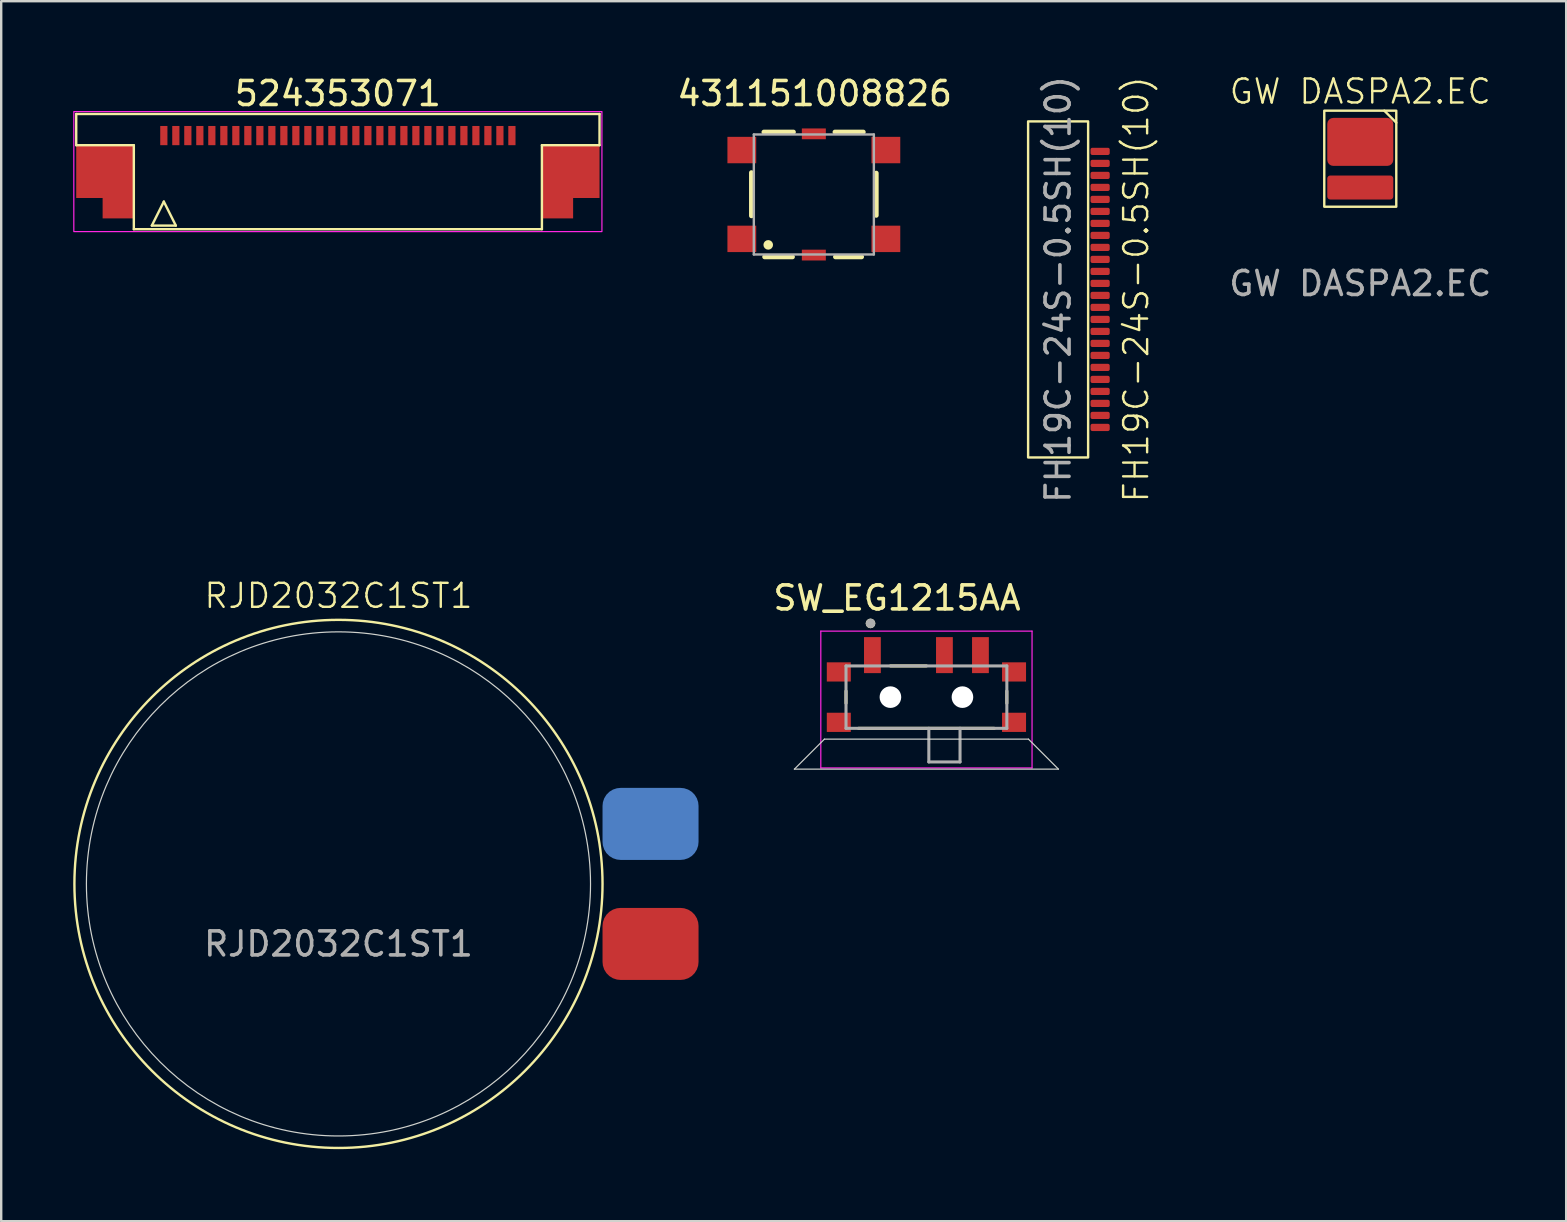
<source format=kicad_pcb>
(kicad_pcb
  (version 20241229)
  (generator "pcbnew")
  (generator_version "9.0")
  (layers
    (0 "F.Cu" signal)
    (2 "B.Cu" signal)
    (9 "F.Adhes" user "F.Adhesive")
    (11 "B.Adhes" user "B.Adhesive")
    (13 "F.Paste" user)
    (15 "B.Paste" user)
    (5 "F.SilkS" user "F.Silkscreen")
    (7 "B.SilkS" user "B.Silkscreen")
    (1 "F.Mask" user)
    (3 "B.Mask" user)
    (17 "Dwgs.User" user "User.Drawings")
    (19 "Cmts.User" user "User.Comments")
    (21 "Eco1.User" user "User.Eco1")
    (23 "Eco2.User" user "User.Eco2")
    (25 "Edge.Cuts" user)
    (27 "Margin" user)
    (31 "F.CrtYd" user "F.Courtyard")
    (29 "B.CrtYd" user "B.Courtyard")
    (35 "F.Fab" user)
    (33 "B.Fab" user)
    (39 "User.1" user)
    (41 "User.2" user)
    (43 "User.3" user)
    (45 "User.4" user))
  (footprint "524353071"
    (layer "F.Cu")
    (at 11.025 2.598)
    (property "Reference" "524353071" (at 0 -1.75 0) (unlocked yes) (layer "F.SilkS") (effects (font (size 1 1) (thickness 0.15))))
    (attr smd)
    (fp_poly (pts (xy -9.8 2.6) (xy -10.9 2.6) (xy -10.9 0.4) (xy -8.5 0.4) (xy -8.5 3.45) (xy -9.8 3.45)) (stroke (width 0) (type solid)) (fill yes) (layer "F.Cu"))
    (fp_poly (pts (xy 9.8 2.6) (xy 10.9 2.6) (xy 10.9 0.4) (xy 8.5 0.4) (xy 8.5 3.45) (xy 9.8 3.45)) (stroke (width 0) (type solid)) (fill yes) (layer "F.Cu"))
    (fp_line (start -10.9 -0.9) (end 10.9 -0.9) (stroke (width 0.1) (type default)) (layer "F.SilkS"))
    (fp_line (start -10.9 0.4) (end -10.9 -0.9) (stroke (width 0.1) (type default)) (layer "F.SilkS"))
    (fp_line (start -8.5 0.4) (end -10.9 0.4) (stroke (width 0.1) (type default)) (layer "F.SilkS"))
    (fp_line (start -8.5 3.9) (end -8.5 0.4) (stroke (width 0.1) (type default)) (layer "F.SilkS"))
    (fp_line (start -8.5 3.9) (end 8.5 3.9) (stroke (width 0.1) (type default)) (layer "F.SilkS"))
    (fp_line (start -7.75 3.75) (end -6.75 3.75) (stroke (width 0.1) (type default)) (layer "F.SilkS"))
    (fp_line (start -7.25 2.75) (end -7.75 3.75) (stroke (width 0.1) (type default)) (layer "F.SilkS"))
    (fp_line (start -6.75 3.75) (end -7.25 2.75) (stroke (width 0.1) (type default)) (layer "F.SilkS"))
    (fp_line (start 8.5 0.4) (end 10.9 0.4) (stroke (width 0.1) (type default)) (layer "F.SilkS"))
    (fp_line (start 8.5 3.9) (end 8.5 0.4) (stroke (width 0.1) (type default)) (layer "F.SilkS"))
    (fp_line (start 10.9 0.4) (end 10.9 -0.9) (stroke (width 0.1) (type default)) (layer "F.SilkS"))
    (fp_rect (start -11 -1) (end 11 4) (stroke (width 0.05) (type default)) (fill no) (layer "F.CrtYd"))
    (pad "1" smd rect (at -7.25 0) (size 0.3 0.8) (layers "F.Cu" "F.Mask" "F.Paste"))
    (pad "2" smd rect (at -6.75 0) (size 0.3 0.8) (layers "F.Cu" "F.Mask" "F.Paste"))
    (pad "3" smd rect (at -6.25 0) (size 0.3 0.8) (layers "F.Cu" "F.Mask" "F.Paste"))
    (pad "4" smd rect (at -5.75 0) (size 0.3 0.8) (layers "F.Cu" "F.Mask" "F.Paste"))
    (pad "5" smd rect (at -5.25 0) (size 0.3 0.8) (layers "F.Cu" "F.Mask" "F.Paste"))
    (pad "6" smd rect (at -4.75 0) (size 0.3 0.8) (layers "F.Cu" "F.Mask" "F.Paste"))
    (pad "7" smd rect (at -4.25 0) (size 0.3 0.8) (layers "F.Cu" "F.Mask" "F.Paste"))
    (pad "8" smd rect (at -3.75 0) (size 0.3 0.8) (layers "F.Cu" "F.Mask" "F.Paste"))
    (pad "9" smd rect (at -3.25 0) (size 0.3 0.8) (layers "F.Cu" "F.Mask" "F.Paste"))
    (pad "10" smd rect (at -2.75 0) (size 0.3 0.8) (layers "F.Cu" "F.Mask" "F.Paste"))
    (pad "11" smd rect (at -2.25 0) (size 0.3 0.8) (layers "F.Cu" "F.Mask" "F.Paste"))
    (pad "12" smd rect (at -1.75 0) (size 0.3 0.8) (layers "F.Cu" "F.Mask" "F.Paste"))
    (pad "13" smd rect (at -1.25 0) (size 0.3 0.8) (layers "F.Cu" "F.Mask" "F.Paste"))
    (pad "14" smd rect (at -0.75 0) (size 0.3 0.8) (layers "F.Cu" "F.Mask" "F.Paste"))
    (pad "15" smd rect (at -0.25 0) (size 0.3 0.8) (layers "F.Cu" "F.Mask" "F.Paste"))
    (pad "16" smd rect (at 0.25 0) (size 0.3 0.8) (layers "F.Cu" "F.Mask" "F.Paste"))
    (pad "17" smd rect (at 0.75 0) (size 0.3 0.8) (layers "F.Cu" "F.Mask" "F.Paste"))
    (pad "18" smd rect (at 1.25 0) (size 0.3 0.8) (layers "F.Cu" "F.Mask" "F.Paste"))
    (pad "19" smd rect (at 1.75 0) (size 0.3 0.8) (layers "F.Cu" "F.Mask" "F.Paste"))
    (pad "20" smd rect (at 2.25 0) (size 0.3 0.8) (layers "F.Cu" "F.Mask" "F.Paste"))
    (pad "21" smd rect (at 2.75 0) (size 0.3 0.8) (layers "F.Cu" "F.Mask" "F.Paste"))
    (pad "22" smd rect (at 3.25 0) (size 0.3 0.8) (layers "F.Cu" "F.Mask" "F.Paste"))
    (pad "23" smd rect (at 3.75 0) (size 0.3 0.8) (layers "F.Cu" "F.Mask" "F.Paste"))
    (pad "24" smd rect (at 4.25 0) (size 0.3 0.8) (layers "F.Cu" "F.Mask" "F.Paste"))
    (pad "25" smd rect (at 4.75 0) (size 0.3 0.8) (layers "F.Cu" "F.Mask" "F.Paste"))
    (pad "26" smd rect (at 5.25 0) (size 0.3 0.8) (layers "F.Cu" "F.Mask" "F.Paste"))
    (pad "27" smd rect (at 5.75 0) (size 0.3 0.8) (layers "F.Cu" "F.Mask" "F.Paste"))
    (pad "28" smd rect (at 6.25 0) (size 0.3 0.8) (layers "F.Cu" "F.Mask" "F.Paste"))
    (pad "29" smd rect (at 6.75 0) (size 0.3 0.8) (layers "F.Cu" "F.Mask" "F.Paste"))
    (pad "30" smd rect (at 7.25 0) (size 0.3 0.8) (layers "F.Cu" "F.Mask" "F.Paste")))
  (footprint "GW DASPA2.EC"
    (layer "F.Cu")
    (at 53.616 4.061)
    (property "Reference" "GW DASPA2.EC" (at 0 -3.3 0) (unlocked yes) (layer "F.SilkS") (effects (font (size 1 1) (thickness 0.1))))
    (attr smd)
    (fp_line (start 1 -2.5) (end 1.5 -2) (stroke (width 0.1) (type default)) (layer "F.SilkS"))
    (fp_rect (start -1.5 -2.5) (end 1.5 1.5) (stroke (width 0.1) (type default)) (fill no) (layer "F.SilkS"))
    (fp_text user "${REFERENCE}" (at 0 4.7 0) (unlocked yes) (layer "F.Fab") (effects (font (size 1 1) (thickness 0.15))))
    (pad "1" smd roundrect (at 0 -1.2) (size 2.75 2) (layers "F.Cu" "F.Mask" "F.Paste") (roundrect_rratio 0.125))
    (pad "2" smd roundrect (at 0 0.7) (size 2.75 1) (layers "F.Cu" "F.Mask" "F.Paste") (roundrect_rratio 0.125)))
  (footprint "FH19C-24S-0.5SH(10)"
    (layer "F.Cu")
    (at 42.779 9.006)
    (property "Reference" "FH19C-24S-0.5SH(10)" (at 1.5 0 90) (unlocked yes) (layer "F.SilkS") (effects (font (size 1 1) (thickness 0.1))))
    (attr smd)
    (fp_rect (start -3 -7) (end -0.5 7) (stroke (width 0.1) (type default)) (fill no) (layer "F.SilkS"))
    (fp_text user "${REFERENCE}" (at -1.75 0 90) (unlocked yes) (layer "F.Fab") (effects (font (size 1 1) (thickness 0.15))))
    (pad "1" smd roundrect (at 0 -5.75) (size 0.8 0.3) (layers "F.Cu" "F.Mask" "F.Paste") (roundrect_rratio 0.25))
    (pad "2" smd roundrect (at 0 -5.25) (size 0.8 0.3) (layers "F.Cu" "F.Mask" "F.Paste") (roundrect_rratio 0.25))
    (pad "3" smd roundrect (at 0 -4.75) (size 0.8 0.3) (layers "F.Cu" "F.Mask" "F.Paste") (roundrect_rratio 0.25))
    (pad "4" smd roundrect (at 0 -4.25) (size 0.8 0.3) (layers "F.Cu" "F.Mask" "F.Paste") (roundrect_rratio 0.25))
    (pad "5" smd roundrect (at 0 -3.75) (size 0.8 0.3) (layers "F.Cu" "F.Mask" "F.Paste") (roundrect_rratio 0.25))
    (pad "6" smd roundrect (at 0 -3.25) (size 0.8 0.3) (layers "F.Cu" "F.Mask" "F.Paste") (roundrect_rratio 0.25))
    (pad "7" smd roundrect (at 0 -2.75) (size 0.8 0.3) (layers "F.Cu" "F.Mask" "F.Paste") (roundrect_rratio 0.25))
    (pad "8" smd roundrect (at 0 -2.25) (size 0.8 0.3) (layers "F.Cu" "F.Mask" "F.Paste") (roundrect_rratio 0.25))
    (pad "9" smd roundrect (at 0 -1.75) (size 0.8 0.3) (layers "F.Cu" "F.Mask" "F.Paste") (roundrect_rratio 0.25))
    (pad "10" smd roundrect (at 0 -1.25) (size 0.8 0.3) (layers "F.Cu" "F.Mask" "F.Paste") (roundrect_rratio 0.25))
    (pad "11" smd roundrect (at 0 -0.75) (size 0.8 0.3) (layers "F.Cu" "F.Mask" "F.Paste") (roundrect_rratio 0.25))
    (pad "12" smd roundrect (at 0 -0.25) (size 0.8 0.3) (layers "F.Cu" "F.Mask" "F.Paste") (roundrect_rratio 0.25))
    (pad "13" smd roundrect (at 0 0.25) (size 0.8 0.3) (layers "F.Cu" "F.Mask" "F.Paste") (roundrect_rratio 0.25))
    (pad "14" smd roundrect (at 0 0.75) (size 0.8 0.3) (layers "F.Cu" "F.Mask" "F.Paste") (roundrect_rratio 0.25))
    (pad "15" smd roundrect (at 0 1.25) (size 0.8 0.3) (layers "F.Cu" "F.Mask" "F.Paste") (roundrect_rratio 0.25))
    (pad "16" smd roundrect (at 0 1.75) (size 0.8 0.3) (layers "F.Cu" "F.Mask" "F.Paste") (roundrect_rratio 0.25))
    (pad "17" smd roundrect (at 0 2.25) (size 0.8 0.3) (layers "F.Cu" "F.Mask" "F.Paste") (roundrect_rratio 0.25))
    (pad "18" smd roundrect (at 0 2.75) (size 0.8 0.3) (layers "F.Cu" "F.Mask" "F.Paste") (roundrect_rratio 0.25))
    (pad "19" smd roundrect (at 0 3.25) (size 0.8 0.3) (layers "F.Cu" "F.Mask" "F.Paste") (roundrect_rratio 0.25))
    (pad "20" smd roundrect (at 0 3.75) (size 0.8 0.3) (layers "F.Cu" "F.Mask" "F.Paste") (roundrect_rratio 0.25))
    (pad "21" smd roundrect (at 0 4.25) (size 0.8 0.3) (layers "F.Cu" "F.Mask" "F.Paste") (roundrect_rratio 0.25))
    (pad "22" smd roundrect (at 0 4.75) (size 0.8 0.3) (layers "F.Cu" "F.Mask" "F.Paste") (roundrect_rratio 0.25))
    (pad "23" smd roundrect (at 0 5.25) (size 0.8 0.3) (layers "F.Cu" "F.Mask" "F.Paste") (roundrect_rratio 0.25))
    (pad "24" smd roundrect (at 0 5.75) (size 0.8 0.3) (layers "F.Cu" "F.Mask" "F.Paste") (roundrect_rratio 0.25)))
  (footprint "SW_EG1215AA"
    (layer "F.Cu")
    (at 35.543 25.991)
    (property "Reference" "SW_EG1215AA" (at -1.225 -4.131 0) (layer "F.SilkS") (effects (font (size 1 1) (thickness 0.15))))
    (attr smd)
    (fp_line (start -3.35 -0.254) (end -3.35 0.254) (stroke (width 0.127) (type solid)) (layer "F.SilkS"))
    (fp_line (start -2.83 1.3) (end 2.83 1.3) (stroke (width 0.127) (type solid)) (layer "F.SilkS"))
    (fp_line (start -1.5 -1.3) (end 0 -1.3) (stroke (width 0.127) (type solid)) (layer "F.SilkS"))
    (fp_line (start 3.35 -0.254) (end 3.35 0.254) (stroke (width 0.127) (type solid)) (layer "F.SilkS"))
    (fp_circle (center -2.329 -3.071) (end -2.229 -3.071) (stroke (width 0.2) (type solid)) (fill no) (layer "F.SilkS"))
    (fp_line (start -4.25 1.75) (end -5.5 3) (stroke (width 0.05) (type default)) (layer "Edge.Cuts"))
    (fp_line (start -4.25 1.75) (end 4.25 1.75) (stroke (width 0.05) (type default)) (layer "Edge.Cuts"))
    (fp_line (start 4.25 1.75) (end 5.5 3) (stroke (width 0.05) (type default)) (layer "Edge.Cuts"))
    (fp_line (start 5.5 3) (end -5.5 3) (stroke (width 0.05) (type default)) (layer "Edge.Cuts"))
    (fp_line (start -4.4 -2.75) (end -4.4 2.95) (stroke (width 0.05) (type solid)) (layer "F.CrtYd"))
    (fp_line (start -4.4 2.95) (end 4.4 2.95) (stroke (width 0.05) (type solid)) (layer "F.CrtYd"))
    (fp_line (start 4.4 -2.75) (end -4.4 -2.75) (stroke (width 0.05) (type solid)) (layer "F.CrtYd"))
    (fp_line (start 4.4 2.95) (end 4.4 -2.75) (stroke (width 0.05) (type solid)) (layer "F.CrtYd"))
    (fp_line (start -3.35 -1.3) (end 3.35 -1.3) (stroke (width 0.127) (type solid)) (layer "F.Fab"))
    (fp_line (start -3.35 1.3) (end -3.35 -1.3) (stroke (width 0.127) (type solid)) (layer "F.Fab"))
    (fp_line (start 0.1 1.3) (end -3.35 1.3) (stroke (width 0.127) (type solid)) (layer "F.Fab"))
    (fp_line (start 0.1 1.3) (end 0.1 2.7) (stroke (width 0.127) (type solid)) (layer "F.Fab"))
    (fp_line (start 0.1 1.3) (end 1.4 1.3) (stroke (width 0.127) (type solid)) (layer "F.Fab"))
    (fp_line (start 0.1 2.7) (end 1.4 2.7) (stroke (width 0.127) (type solid)) (layer "F.Fab"))
    (fp_line (start 1.4 2.7) (end 1.4 1.3) (stroke (width 0.127) (type solid)) (layer "F.Fab"))
    (fp_line (start 3.35 -1.3) (end 3.35 1.3) (stroke (width 0.127) (type solid)) (layer "F.Fab"))
    (fp_line (start 3.35 1.3) (end 1.4 1.3) (stroke (width 0.127) (type solid)) (layer "F.Fab"))
    (fp_circle (center -2.329 -3.071) (end -2.229 -3.071) (stroke (width 0.2) (type solid)) (fill no) (layer "F.Fab"))
    (pad "" np_thru_hole circle (at -1.5 0) (size 0.9 0.9) (drill 0.9) (layers "*.Cu" "*.Mask"))
    (pad "" np_thru_hole circle (at 1.5 0) (size 0.9 0.9) (drill 0.9) (layers "*.Cu" "*.Mask"))
    (pad "1" smd rect (at -2.25 -1.75) (size 0.7 1.5) (layers "F.Cu" "F.Mask" "F.Paste"))
    (pad "2" smd rect (at 0.75 -1.75) (size 0.7 1.5) (layers "F.Cu" "F.Mask" "F.Paste"))
    (pad "3" smd rect (at 2.25 -1.75) (size 0.7 1.5) (layers "F.Cu" "F.Mask" "F.Paste"))
    (pad "S1" smd rect (at -3.65 -1.05) (size 1 0.8) (layers "F.Cu" "F.Mask" "F.Paste"))
    (pad "S2" smd rect (at -3.65 1.05) (size 1 0.8) (layers "F.Cu" "F.Mask" "F.Paste"))
    (pad "S3" smd rect (at 3.65 1.05) (size 1 0.8) (layers "F.Cu" "F.Mask" "F.Paste"))
    (pad "S4" smd rect (at 3.65 -1.05) (size 1 0.8) (layers "F.Cu" "F.Mask" "F.Paste")))
  (footprint "RJD2032C1ST1"
    (layer "F.Cu")
    (at 11.05 33.772)
    (property "Reference" "RJD2032C1ST1" (at 0 -12 0) (unlocked yes) (layer "F.SilkS") (effects (font (size 1 1) (thickness 0.1))))
    (attr smd)
    (fp_circle (center 0 0) (end 0 -11) (stroke (width 0.1) (type default)) (fill no) (layer "F.SilkS"))
    (fp_circle (center 0 0) (end 0 -10.5) (stroke (width 0.05) (type default)) (fill no) (layer "Edge.Cuts"))
    (fp_text user "${REFERENCE}" (at 0 2.5 0) (unlocked yes) (layer "F.Fab") (effects (font (size 1 1) (thickness 0.15))))
    (pad "1" smd roundrect (at 13 -2.5) (size 4 3) (layers "B.Cu" "B.Mask" "B.Paste") (roundrect_rratio 0.25))
    (pad "2" smd roundrect (at 13 2.5) (size 4 3) (layers "F.Cu" "F.Mask" "F.Paste") (roundrect_rratio 0.25)))
  (footprint "431151008826"
    (layer "F.Cu")
    (at 30.853 5.051)
    (property "Reference" "431151008826" (at 0.036 -4.203 0) (layer "F.SilkS") (effects (font (size 1 1) (thickness 0.15))))
    (attr smd)
    (fp_line (start -2.6 -0.91) (end -2.6 0.89) (stroke (width 0.2) (type solid)) (layer "F.SilkS"))
    (fp_line (start -2.05 2.6) (end -0.89 2.6) (stroke (width 0.2) (type solid)) (layer "F.SilkS"))
    (fp_line (start -0.85 -2.6) (end -2.08 -2.6) (stroke (width 0.2) (type solid)) (layer "F.SilkS"))
    (fp_line (start 0.88 -2.6) (end 2.06 -2.6) (stroke (width 0.2) (type solid)) (layer "F.SilkS"))
    (fp_line (start 1.99 2.6) (end 0.9 2.6) (stroke (width 0.2) (type solid)) (layer "F.SilkS"))
    (fp_line (start 2.6 -0.89) (end 2.6 0.87) (stroke (width 0.2) (type solid)) (layer "F.SilkS"))
    (fp_circle (center -1.9 2.1) (end -1.8 2.1) (stroke (width 0.2) (type solid)) (fill no) (layer "F.SilkS"))
    (fp_line (start -2.5 -2.5) (end 2.5 -2.5) (stroke (width 0.1) (type solid)) (layer "F.Fab"))
    (fp_line (start -2.5 2.5) (end -2.5 -2.5) (stroke (width 0.1) (type solid)) (layer "F.Fab"))
    (fp_line (start 2.5 -2.5) (end 2.5 2.5) (stroke (width 0.1) (type solid)) (layer "F.Fab"))
    (fp_line (start 2.5 2.5) (end -2.5 2.5) (stroke (width 0.1) (type solid)) (layer "F.Fab"))
    (pad "1" smd rect (at -3 1.85) (size 1.2 1.1) (layers "F.Cu" "F.Mask" "F.Paste"))
    (pad "2" smd rect (at -3 -1.85) (size 1.2 1.1) (layers "F.Cu" "F.Mask" "F.Paste"))
    (pad "3" smd rect (at 3 1.85) (size 1.2 1.1) (layers "F.Cu" "F.Mask" "F.Paste"))
    (pad "4" smd rect (at 3 -1.85) (size 1.2 1.1) (layers "F.Cu" "F.Mask" "F.Paste"))
    (pad "GND1" smd rect (at 0 -2.525) (size 1 0.45) (layers "F.Cu" "F.Mask" "F.Paste"))
    (pad "GND2" smd rect (at 0 2.525) (size 1 0.45) (layers "F.Cu" "F.Mask" "F.Paste")))
  (gr_rect
    (start -3 -3)
    (end 62.194 47.822)
    (stroke (width 0.1) (type default))
    (fill no)
    (layer "Edge.Cuts")))
</source>
